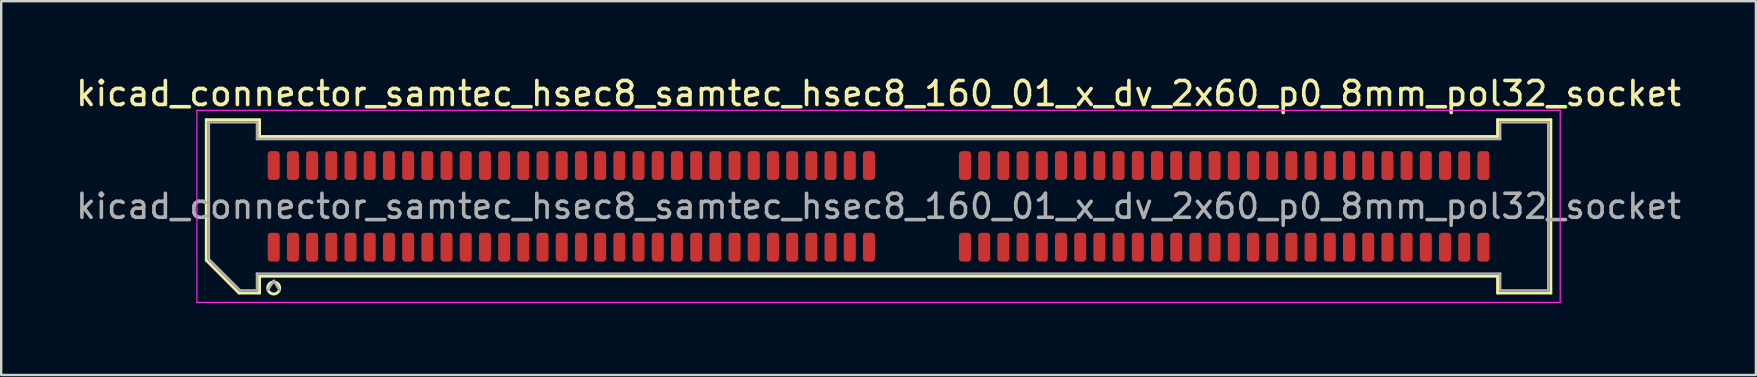
<source format=kicad_pcb>
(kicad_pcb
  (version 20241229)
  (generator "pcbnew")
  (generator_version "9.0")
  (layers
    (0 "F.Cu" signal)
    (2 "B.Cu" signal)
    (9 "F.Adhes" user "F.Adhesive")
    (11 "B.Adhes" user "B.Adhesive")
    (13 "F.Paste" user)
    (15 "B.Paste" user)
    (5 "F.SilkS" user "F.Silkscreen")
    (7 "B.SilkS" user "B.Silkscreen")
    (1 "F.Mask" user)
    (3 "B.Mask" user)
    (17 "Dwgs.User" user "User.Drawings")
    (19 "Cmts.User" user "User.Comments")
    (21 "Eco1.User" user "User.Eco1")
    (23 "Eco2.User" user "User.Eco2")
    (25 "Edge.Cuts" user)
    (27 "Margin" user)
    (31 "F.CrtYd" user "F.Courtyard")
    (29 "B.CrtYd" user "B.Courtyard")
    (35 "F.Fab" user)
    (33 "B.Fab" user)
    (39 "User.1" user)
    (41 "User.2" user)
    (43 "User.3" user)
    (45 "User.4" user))
  (footprint "kicad_connector_samtec_hsec8_samtec_hsec8_160_01_x_dv_2x60_p0_8mm_pol32_socket"
    (layer "F.Cu")
    (at 33.554 5.548)
    (property "Reference" "kicad_connector_samtec_hsec8_samtec_hsec8_160_01_x_dv_2x60_p0_8mm_pol32_socket" (at 0 -4.7 0) (layer "F.SilkS") (effects (font (size 1 1) (thickness 0.15))))
    (attr smd)
    (fp_line (start -28.01 -3.61) (end -25.79 -3.61) (stroke (width 0.12) (type solid)) (layer "F.SilkS"))
    (fp_line (start -28.01 2.246) (end -28.01 -3.61) (stroke (width 0.12) (type solid)) (layer "F.SilkS"))
    (fp_line (start -26.646 3.61) (end -28.01 2.246) (stroke (width 0.12) (type solid)) (layer "F.SilkS"))
    (fp_line (start -25.79 -3.61) (end -25.79 -2.91) (stroke (width 0.12) (type solid)) (layer "F.SilkS"))
    (fp_line (start -25.79 -2.91) (end 25.79 -2.91) (stroke (width 0.12) (type solid)) (layer "F.SilkS"))
    (fp_line (start -25.79 2.91) (end -25.79 3.61) (stroke (width 0.12) (type solid)) (layer "F.SilkS"))
    (fp_line (start -25.79 3.61) (end -26.646 3.61) (stroke (width 0.12) (type solid)) (layer "F.SilkS"))
    (fp_line (start 25.79 -3.61) (end 28.01 -3.61) (stroke (width 0.12) (type solid)) (layer "F.SilkS"))
    (fp_line (start 25.79 -2.91) (end 25.79 -3.61) (stroke (width 0.12) (type solid)) (layer "F.SilkS"))
    (fp_line (start 25.79 2.91) (end -25.79 2.91) (stroke (width 0.12) (type solid)) (layer "F.SilkS"))
    (fp_line (start 25.79 3.61) (end 25.79 2.91) (stroke (width 0.12) (type solid)) (layer "F.SilkS"))
    (fp_line (start 28.01 -3.61) (end 28.01 3.61) (stroke (width 0.12) (type solid)) (layer "F.SilkS"))
    (fp_line (start 28.01 3.61) (end 25.79 3.61) (stroke (width 0.12) (type solid)) (layer "F.SilkS"))
    (fp_arc (start -24.95 3.4) (mid -25.45 3.4) (end -24.95 3.4) (stroke (width 0.12) (type solid)) (layer "F.SilkS"))
    (fp_line (start -28.4 -4) (end -28.4 4) (stroke (width 0.05) (type solid)) (layer "F.CrtYd"))
    (fp_line (start -28.4 4) (end 28.4 4) (stroke (width 0.05) (type solid)) (layer "F.CrtYd"))
    (fp_line (start 28.4 -4) (end -28.4 -4) (stroke (width 0.05) (type solid)) (layer "F.CrtYd"))
    (fp_line (start 28.4 4) (end 28.4 -4) (stroke (width 0.05) (type solid)) (layer "F.CrtYd"))
    (fp_line (start -27.9 -3.5) (end -25.9 -3.5) (stroke (width 0.1) (type solid)) (layer "F.Fab"))
    (fp_line (start -27.9 2.2) (end -27.9 -3.5) (stroke (width 0.1) (type solid)) (layer "F.Fab"))
    (fp_line (start -26.6 3.5) (end -27.9 2.2) (stroke (width 0.1) (type solid)) (layer "F.Fab"))
    (fp_line (start -25.9 -3.5) (end -25.9 -2.8) (stroke (width 0.1) (type solid)) (layer "F.Fab"))
    (fp_line (start -25.9 -2.8) (end 25.9 -2.8) (stroke (width 0.1) (type solid)) (layer "F.Fab"))
    (fp_line (start -25.9 2.8) (end -25.9 3.5) (stroke (width 0.1) (type solid)) (layer "F.Fab"))
    (fp_line (start -25.9 3.5) (end -26.6 3.5) (stroke (width 0.1) (type solid)) (layer "F.Fab"))
    (fp_line (start -25.2 3.1) (end -25.45 3.5) (stroke (width 0.1) (type solid)) (layer "F.Fab"))
    (fp_line (start -25.2 3.1) (end -24.95 3.5) (stroke (width 0.1) (type solid)) (layer "F.Fab"))
    (fp_line (start 25.9 -3.5) (end 27.9 -3.5) (stroke (width 0.1) (type solid)) (layer "F.Fab"))
    (fp_line (start 25.9 -2.8) (end 25.9 -3.5) (stroke (width 0.1) (type solid)) (layer "F.Fab"))
    (fp_line (start 25.9 2.8) (end -25.9 2.8) (stroke (width 0.1) (type solid)) (layer "F.Fab"))
    (fp_line (start 25.9 3.5) (end 25.9 2.8) (stroke (width 0.1) (type solid)) (layer "F.Fab"))
    (fp_line (start 27.9 -3.5) (end 27.9 3.5) (stroke (width 0.1) (type solid)) (layer "F.Fab"))
    (fp_line (start 27.9 3.5) (end 25.9 3.5) (stroke (width 0.1) (type solid)) (layer "F.Fab"))
    (fp_text user "${REFERENCE}" (at 0 0 0) (layer "F.Fab") (effects (font (size 1 1) (thickness 0.15))))
    (pad "1" smd roundrect (at -25.2 1.7) (size 0.5 1.2) (layers "F.Cu" "F.Mask" "F.Paste") (roundrect_rratio 0.25))
    (pad "2" smd roundrect (at -25.2 -1.7) (size 0.5 1.2) (layers "F.Cu" "F.Mask" "F.Paste") (roundrect_rratio 0.25))
    (pad "3" smd roundrect (at -24.4 1.7) (size 0.5 1.2) (layers "F.Cu" "F.Mask" "F.Paste") (roundrect_rratio 0.25))
    (pad "4" smd roundrect (at -24.4 -1.7) (size 0.5 1.2) (layers "F.Cu" "F.Mask" "F.Paste") (roundrect_rratio 0.25))
    (pad "5" smd roundrect (at -23.6 1.7) (size 0.5 1.2) (layers "F.Cu" "F.Mask" "F.Paste") (roundrect_rratio 0.25))
    (pad "6" smd roundrect (at -23.6 -1.7) (size 0.5 1.2) (layers "F.Cu" "F.Mask" "F.Paste") (roundrect_rratio 0.25))
    (pad "7" smd roundrect (at -22.8 1.7) (size 0.5 1.2) (layers "F.Cu" "F.Mask" "F.Paste") (roundrect_rratio 0.25))
    (pad "8" smd roundrect (at -22.8 -1.7) (size 0.5 1.2) (layers "F.Cu" "F.Mask" "F.Paste") (roundrect_rratio 0.25))
    (pad "9" smd roundrect (at -22 1.7) (size 0.5 1.2) (layers "F.Cu" "F.Mask" "F.Paste") (roundrect_rratio 0.25))
    (pad "10" smd roundrect (at -22 -1.7) (size 0.5 1.2) (layers "F.Cu" "F.Mask" "F.Paste") (roundrect_rratio 0.25))
    (pad "11" smd roundrect (at -21.2 1.7) (size 0.5 1.2) (layers "F.Cu" "F.Mask" "F.Paste") (roundrect_rratio 0.25))
    (pad "12" smd roundrect (at -21.2 -1.7) (size 0.5 1.2) (layers "F.Cu" "F.Mask" "F.Paste") (roundrect_rratio 0.25))
    (pad "13" smd roundrect (at -20.4 1.7) (size 0.5 1.2) (layers "F.Cu" "F.Mask" "F.Paste") (roundrect_rratio 0.25))
    (pad "14" smd roundrect (at -20.4 -1.7) (size 0.5 1.2) (layers "F.Cu" "F.Mask" "F.Paste") (roundrect_rratio 0.25))
    (pad "15" smd roundrect (at -19.6 1.7) (size 0.5 1.2) (layers "F.Cu" "F.Mask" "F.Paste") (roundrect_rratio 0.25))
    (pad "16" smd roundrect (at -19.6 -1.7) (size 0.5 1.2) (layers "F.Cu" "F.Mask" "F.Paste") (roundrect_rratio 0.25))
    (pad "17" smd roundrect (at -18.8 1.7) (size 0.5 1.2) (layers "F.Cu" "F.Mask" "F.Paste") (roundrect_rratio 0.25))
    (pad "18" smd roundrect (at -18.8 -1.7) (size 0.5 1.2) (layers "F.Cu" "F.Mask" "F.Paste") (roundrect_rratio 0.25))
    (pad "19" smd roundrect (at -18 1.7) (size 0.5 1.2) (layers "F.Cu" "F.Mask" "F.Paste") (roundrect_rratio 0.25))
    (pad "20" smd roundrect (at -18 -1.7) (size 0.5 1.2) (layers "F.Cu" "F.Mask" "F.Paste") (roundrect_rratio 0.25))
    (pad "21" smd roundrect (at -17.2 1.7) (size 0.5 1.2) (layers "F.Cu" "F.Mask" "F.Paste") (roundrect_rratio 0.25))
    (pad "22" smd roundrect (at -17.2 -1.7) (size 0.5 1.2) (layers "F.Cu" "F.Mask" "F.Paste") (roundrect_rratio 0.25))
    (pad "23" smd roundrect (at -16.4 1.7) (size 0.5 1.2) (layers "F.Cu" "F.Mask" "F.Paste") (roundrect_rratio 0.25))
    (pad "24" smd roundrect (at -16.4 -1.7) (size 0.5 1.2) (layers "F.Cu" "F.Mask" "F.Paste") (roundrect_rratio 0.25))
    (pad "25" smd roundrect (at -15.6 1.7) (size 0.5 1.2) (layers "F.Cu" "F.Mask" "F.Paste") (roundrect_rratio 0.25))
    (pad "26" smd roundrect (at -15.6 -1.7) (size 0.5 1.2) (layers "F.Cu" "F.Mask" "F.Paste") (roundrect_rratio 0.25))
    (pad "27" smd roundrect (at -14.8 1.7) (size 0.5 1.2) (layers "F.Cu" "F.Mask" "F.Paste") (roundrect_rratio 0.25))
    (pad "28" smd roundrect (at -14.8 -1.7) (size 0.5 1.2) (layers "F.Cu" "F.Mask" "F.Paste") (roundrect_rratio 0.25))
    (pad "29" smd roundrect (at -14 1.7) (size 0.5 1.2) (layers "F.Cu" "F.Mask" "F.Paste") (roundrect_rratio 0.25))
    (pad "30" smd roundrect (at -14 -1.7) (size 0.5 1.2) (layers "F.Cu" "F.Mask" "F.Paste") (roundrect_rratio 0.25))
    (pad "31" smd roundrect (at -13.2 1.7) (size 0.5 1.2) (layers "F.Cu" "F.Mask" "F.Paste") (roundrect_rratio 0.25))
    (pad "32" smd roundrect (at -13.2 -1.7) (size 0.5 1.2) (layers "F.Cu" "F.Mask" "F.Paste") (roundrect_rratio 0.25))
    (pad "33" smd roundrect (at -12.4 1.7) (size 0.5 1.2) (layers "F.Cu" "F.Mask" "F.Paste") (roundrect_rratio 0.25))
    (pad "34" smd roundrect (at -12.4 -1.7) (size 0.5 1.2) (layers "F.Cu" "F.Mask" "F.Paste") (roundrect_rratio 0.25))
    (pad "35" smd roundrect (at -11.6 1.7) (size 0.5 1.2) (layers "F.Cu" "F.Mask" "F.Paste") (roundrect_rratio 0.25))
    (pad "36" smd roundrect (at -11.6 -1.7) (size 0.5 1.2) (layers "F.Cu" "F.Mask" "F.Paste") (roundrect_rratio 0.25))
    (pad "37" smd roundrect (at -10.8 1.7) (size 0.5 1.2) (layers "F.Cu" "F.Mask" "F.Paste") (roundrect_rratio 0.25))
    (pad "38" smd roundrect (at -10.8 -1.7) (size 0.5 1.2) (layers "F.Cu" "F.Mask" "F.Paste") (roundrect_rratio 0.25))
    (pad "39" smd roundrect (at -10 1.7) (size 0.5 1.2) (layers "F.Cu" "F.Mask" "F.Paste") (roundrect_rratio 0.25))
    (pad "40" smd roundrect (at -10 -1.7) (size 0.5 1.2) (layers "F.Cu" "F.Mask" "F.Paste") (roundrect_rratio 0.25))
    (pad "41" smd roundrect (at -9.2 1.7) (size 0.5 1.2) (layers "F.Cu" "F.Mask" "F.Paste") (roundrect_rratio 0.25))
    (pad "42" smd roundrect (at -9.2 -1.7) (size 0.5 1.2) (layers "F.Cu" "F.Mask" "F.Paste") (roundrect_rratio 0.25))
    (pad "43" smd roundrect (at -8.4 1.7) (size 0.5 1.2) (layers "F.Cu" "F.Mask" "F.Paste") (roundrect_rratio 0.25))
    (pad "44" smd roundrect (at -8.4 -1.7) (size 0.5 1.2) (layers "F.Cu" "F.Mask" "F.Paste") (roundrect_rratio 0.25))
    (pad "45" smd roundrect (at -7.6 1.7) (size 0.5 1.2) (layers "F.Cu" "F.Mask" "F.Paste") (roundrect_rratio 0.25))
    (pad "46" smd roundrect (at -7.6 -1.7) (size 0.5 1.2) (layers "F.Cu" "F.Mask" "F.Paste") (roundrect_rratio 0.25))
    (pad "47" smd roundrect (at -6.8 1.7) (size 0.5 1.2) (layers "F.Cu" "F.Mask" "F.Paste") (roundrect_rratio 0.25))
    (pad "48" smd roundrect (at -6.8 -1.7) (size 0.5 1.2) (layers "F.Cu" "F.Mask" "F.Paste") (roundrect_rratio 0.25))
    (pad "49" smd roundrect (at -6 1.7) (size 0.5 1.2) (layers "F.Cu" "F.Mask" "F.Paste") (roundrect_rratio 0.25))
    (pad "50" smd roundrect (at -6 -1.7) (size 0.5 1.2) (layers "F.Cu" "F.Mask" "F.Paste") (roundrect_rratio 0.25))
    (pad "51" smd roundrect (at -5.2 1.7) (size 0.5 1.2) (layers "F.Cu" "F.Mask" "F.Paste") (roundrect_rratio 0.25))
    (pad "52" smd roundrect (at -5.2 -1.7) (size 0.5 1.2) (layers "F.Cu" "F.Mask" "F.Paste") (roundrect_rratio 0.25))
    (pad "53" smd roundrect (at -4.4 1.7) (size 0.5 1.2) (layers "F.Cu" "F.Mask" "F.Paste") (roundrect_rratio 0.25))
    (pad "54" smd roundrect (at -4.4 -1.7) (size 0.5 1.2) (layers "F.Cu" "F.Mask" "F.Paste") (roundrect_rratio 0.25))
    (pad "55" smd roundrect (at -3.6 1.7) (size 0.5 1.2) (layers "F.Cu" "F.Mask" "F.Paste") (roundrect_rratio 0.25))
    (pad "56" smd roundrect (at -3.6 -1.7) (size 0.5 1.2) (layers "F.Cu" "F.Mask" "F.Paste") (roundrect_rratio 0.25))
    (pad "57" smd roundrect (at -2.8 1.7) (size 0.5 1.2) (layers "F.Cu" "F.Mask" "F.Paste") (roundrect_rratio 0.25))
    (pad "58" smd roundrect (at -2.8 -1.7) (size 0.5 1.2) (layers "F.Cu" "F.Mask" "F.Paste") (roundrect_rratio 0.25))
    (pad "59" smd roundrect (at -2 1.7) (size 0.5 1.2) (layers "F.Cu" "F.Mask" "F.Paste") (roundrect_rratio 0.25))
    (pad "60" smd roundrect (at -2 -1.7) (size 0.5 1.2) (layers "F.Cu" "F.Mask" "F.Paste") (roundrect_rratio 0.25))
    (pad "61" smd roundrect (at -1.2 1.7) (size 0.5 1.2) (layers "F.Cu" "F.Mask" "F.Paste") (roundrect_rratio 0.25))
    (pad "62" smd roundrect (at -1.2 -1.7) (size 0.5 1.2) (layers "F.Cu" "F.Mask" "F.Paste") (roundrect_rratio 0.25))
    (pad "63" smd roundrect (at -0.4 1.7) (size 0.5 1.2) (layers "F.Cu" "F.Mask" "F.Paste") (roundrect_rratio 0.25))
    (pad "64" smd roundrect (at -0.4 -1.7) (size 0.5 1.2) (layers "F.Cu" "F.Mask" "F.Paste") (roundrect_rratio 0.25))
    (pad "65" smd roundrect (at 3.6 1.7) (size 0.5 1.2) (layers "F.Cu" "F.Mask" "F.Paste") (roundrect_rratio 0.25))
    (pad "66" smd roundrect (at 3.6 -1.7) (size 0.5 1.2) (layers "F.Cu" "F.Mask" "F.Paste") (roundrect_rratio 0.25))
    (pad "67" smd roundrect (at 4.4 1.7) (size 0.5 1.2) (layers "F.Cu" "F.Mask" "F.Paste") (roundrect_rratio 0.25))
    (pad "68" smd roundrect (at 4.4 -1.7) (size 0.5 1.2) (layers "F.Cu" "F.Mask" "F.Paste") (roundrect_rratio 0.25))
    (pad "69" smd roundrect (at 5.2 1.7) (size 0.5 1.2) (layers "F.Cu" "F.Mask" "F.Paste") (roundrect_rratio 0.25))
    (pad "70" smd roundrect (at 5.2 -1.7) (size 0.5 1.2) (layers "F.Cu" "F.Mask" "F.Paste") (roundrect_rratio 0.25))
    (pad "71" smd roundrect (at 6 1.7) (size 0.5 1.2) (layers "F.Cu" "F.Mask" "F.Paste") (roundrect_rratio 0.25))
    (pad "72" smd roundrect (at 6 -1.7) (size 0.5 1.2) (layers "F.Cu" "F.Mask" "F.Paste") (roundrect_rratio 0.25))
    (pad "73" smd roundrect (at 6.8 1.7) (size 0.5 1.2) (layers "F.Cu" "F.Mask" "F.Paste") (roundrect_rratio 0.25))
    (pad "74" smd roundrect (at 6.8 -1.7) (size 0.5 1.2) (layers "F.Cu" "F.Mask" "F.Paste") (roundrect_rratio 0.25))
    (pad "75" smd roundrect (at 7.6 1.7) (size 0.5 1.2) (layers "F.Cu" "F.Mask" "F.Paste") (roundrect_rratio 0.25))
    (pad "76" smd roundrect (at 7.6 -1.7) (size 0.5 1.2) (layers "F.Cu" "F.Mask" "F.Paste") (roundrect_rratio 0.25))
    (pad "77" smd roundrect (at 8.4 1.7) (size 0.5 1.2) (layers "F.Cu" "F.Mask" "F.Paste") (roundrect_rratio 0.25))
    (pad "78" smd roundrect (at 8.4 -1.7) (size 0.5 1.2) (layers "F.Cu" "F.Mask" "F.Paste") (roundrect_rratio 0.25))
    (pad "79" smd roundrect (at 9.2 1.7) (size 0.5 1.2) (layers "F.Cu" "F.Mask" "F.Paste") (roundrect_rratio 0.25))
    (pad "80" smd roundrect (at 9.2 -1.7) (size 0.5 1.2) (layers "F.Cu" "F.Mask" "F.Paste") (roundrect_rratio 0.25))
    (pad "81" smd roundrect (at 10 1.7) (size 0.5 1.2) (layers "F.Cu" "F.Mask" "F.Paste") (roundrect_rratio 0.25))
    (pad "82" smd roundrect (at 10 -1.7) (size 0.5 1.2) (layers "F.Cu" "F.Mask" "F.Paste") (roundrect_rratio 0.25))
    (pad "83" smd roundrect (at 10.8 1.7) (size 0.5 1.2) (layers "F.Cu" "F.Mask" "F.Paste") (roundrect_rratio 0.25))
    (pad "84" smd roundrect (at 10.8 -1.7) (size 0.5 1.2) (layers "F.Cu" "F.Mask" "F.Paste") (roundrect_rratio 0.25))
    (pad "85" smd roundrect (at 11.6 1.7) (size 0.5 1.2) (layers "F.Cu" "F.Mask" "F.Paste") (roundrect_rratio 0.25))
    (pad "86" smd roundrect (at 11.6 -1.7) (size 0.5 1.2) (layers "F.Cu" "F.Mask" "F.Paste") (roundrect_rratio 0.25))
    (pad "87" smd roundrect (at 12.4 1.7) (size 0.5 1.2) (layers "F.Cu" "F.Mask" "F.Paste") (roundrect_rratio 0.25))
    (pad "88" smd roundrect (at 12.4 -1.7) (size 0.5 1.2) (layers "F.Cu" "F.Mask" "F.Paste") (roundrect_rratio 0.25))
    (pad "89" smd roundrect (at 13.2 1.7) (size 0.5 1.2) (layers "F.Cu" "F.Mask" "F.Paste") (roundrect_rratio 0.25))
    (pad "90" smd roundrect (at 13.2 -1.7) (size 0.5 1.2) (layers "F.Cu" "F.Mask" "F.Paste") (roundrect_rratio 0.25))
    (pad "91" smd roundrect (at 14 1.7) (size 0.5 1.2) (layers "F.Cu" "F.Mask" "F.Paste") (roundrect_rratio 0.25))
    (pad "92" smd roundrect (at 14 -1.7) (size 0.5 1.2) (layers "F.Cu" "F.Mask" "F.Paste") (roundrect_rratio 0.25))
    (pad "93" smd roundrect (at 14.8 1.7) (size 0.5 1.2) (layers "F.Cu" "F.Mask" "F.Paste") (roundrect_rratio 0.25))
    (pad "94" smd roundrect (at 14.8 -1.7) (size 0.5 1.2) (layers "F.Cu" "F.Mask" "F.Paste") (roundrect_rratio 0.25))
    (pad "95" smd roundrect (at 15.6 1.7) (size 0.5 1.2) (layers "F.Cu" "F.Mask" "F.Paste") (roundrect_rratio 0.25))
    (pad "96" smd roundrect (at 15.6 -1.7) (size 0.5 1.2) (layers "F.Cu" "F.Mask" "F.Paste") (roundrect_rratio 0.25))
    (pad "97" smd roundrect (at 16.4 1.7) (size 0.5 1.2) (layers "F.Cu" "F.Mask" "F.Paste") (roundrect_rratio 0.25))
    (pad "98" smd roundrect (at 16.4 -1.7) (size 0.5 1.2) (layers "F.Cu" "F.Mask" "F.Paste") (roundrect_rratio 0.25))
    (pad "99" smd roundrect (at 17.2 1.7) (size 0.5 1.2) (layers "F.Cu" "F.Mask" "F.Paste") (roundrect_rratio 0.25))
    (pad "100" smd roundrect (at 17.2 -1.7) (size 0.5 1.2) (layers "F.Cu" "F.Mask" "F.Paste") (roundrect_rratio 0.25))
    (pad "101" smd roundrect (at 18 1.7) (size 0.5 1.2) (layers "F.Cu" "F.Mask" "F.Paste") (roundrect_rratio 0.25))
    (pad "102" smd roundrect (at 18 -1.7) (size 0.5 1.2) (layers "F.Cu" "F.Mask" "F.Paste") (roundrect_rratio 0.25))
    (pad "103" smd roundrect (at 18.8 1.7) (size 0.5 1.2) (layers "F.Cu" "F.Mask" "F.Paste") (roundrect_rratio 0.25))
    (pad "104" smd roundrect (at 18.8 -1.7) (size 0.5 1.2) (layers "F.Cu" "F.Mask" "F.Paste") (roundrect_rratio 0.25))
    (pad "105" smd roundrect (at 19.6 1.7) (size 0.5 1.2) (layers "F.Cu" "F.Mask" "F.Paste") (roundrect_rratio 0.25))
    (pad "106" smd roundrect (at 19.6 -1.7) (size 0.5 1.2) (layers "F.Cu" "F.Mask" "F.Paste") (roundrect_rratio 0.25))
    (pad "107" smd roundrect (at 20.4 1.7) (size 0.5 1.2) (layers "F.Cu" "F.Mask" "F.Paste") (roundrect_rratio 0.25))
    (pad "108" smd roundrect (at 20.4 -1.7) (size 0.5 1.2) (layers "F.Cu" "F.Mask" "F.Paste") (roundrect_rratio 0.25))
    (pad "109" smd roundrect (at 21.2 1.7) (size 0.5 1.2) (layers "F.Cu" "F.Mask" "F.Paste") (roundrect_rratio 0.25))
    (pad "110" smd roundrect (at 21.2 -1.7) (size 0.5 1.2) (layers "F.Cu" "F.Mask" "F.Paste") (roundrect_rratio 0.25))
    (pad "111" smd roundrect (at 22 1.7) (size 0.5 1.2) (layers "F.Cu" "F.Mask" "F.Paste") (roundrect_rratio 0.25))
    (pad "112" smd roundrect (at 22 -1.7) (size 0.5 1.2) (layers "F.Cu" "F.Mask" "F.Paste") (roundrect_rratio 0.25))
    (pad "113" smd roundrect (at 22.8 1.7) (size 0.5 1.2) (layers "F.Cu" "F.Mask" "F.Paste") (roundrect_rratio 0.25))
    (pad "114" smd roundrect (at 22.8 -1.7) (size 0.5 1.2) (layers "F.Cu" "F.Mask" "F.Paste") (roundrect_rratio 0.25))
    (pad "115" smd roundrect (at 23.6 1.7) (size 0.5 1.2) (layers "F.Cu" "F.Mask" "F.Paste") (roundrect_rratio 0.25))
    (pad "116" smd roundrect (at 23.6 -1.7) (size 0.5 1.2) (layers "F.Cu" "F.Mask" "F.Paste") (roundrect_rratio 0.25))
    (pad "117" smd roundrect (at 24.4 1.7) (size 0.5 1.2) (layers "F.Cu" "F.Mask" "F.Paste") (roundrect_rratio 0.25))
    (pad "118" smd roundrect (at 24.4 -1.7) (size 0.5 1.2) (layers "F.Cu" "F.Mask" "F.Paste") (roundrect_rratio 0.25))
    (pad "119" smd roundrect (at 25.2 1.7) (size 0.5 1.2) (layers "F.Cu" "F.Mask" "F.Paste") (roundrect_rratio 0.25))
    (pad "120" smd roundrect (at 25.2 -1.7) (size 0.5 1.2) (layers "F.Cu" "F.Mask" "F.Paste") (roundrect_rratio 0.25)))
  (gr_rect
    (start -3 -3)
    (end 70.107 12.573)
    (stroke (width 0.1) (type default))
    (fill no)
    (layer "Edge.Cuts")))
</source>
